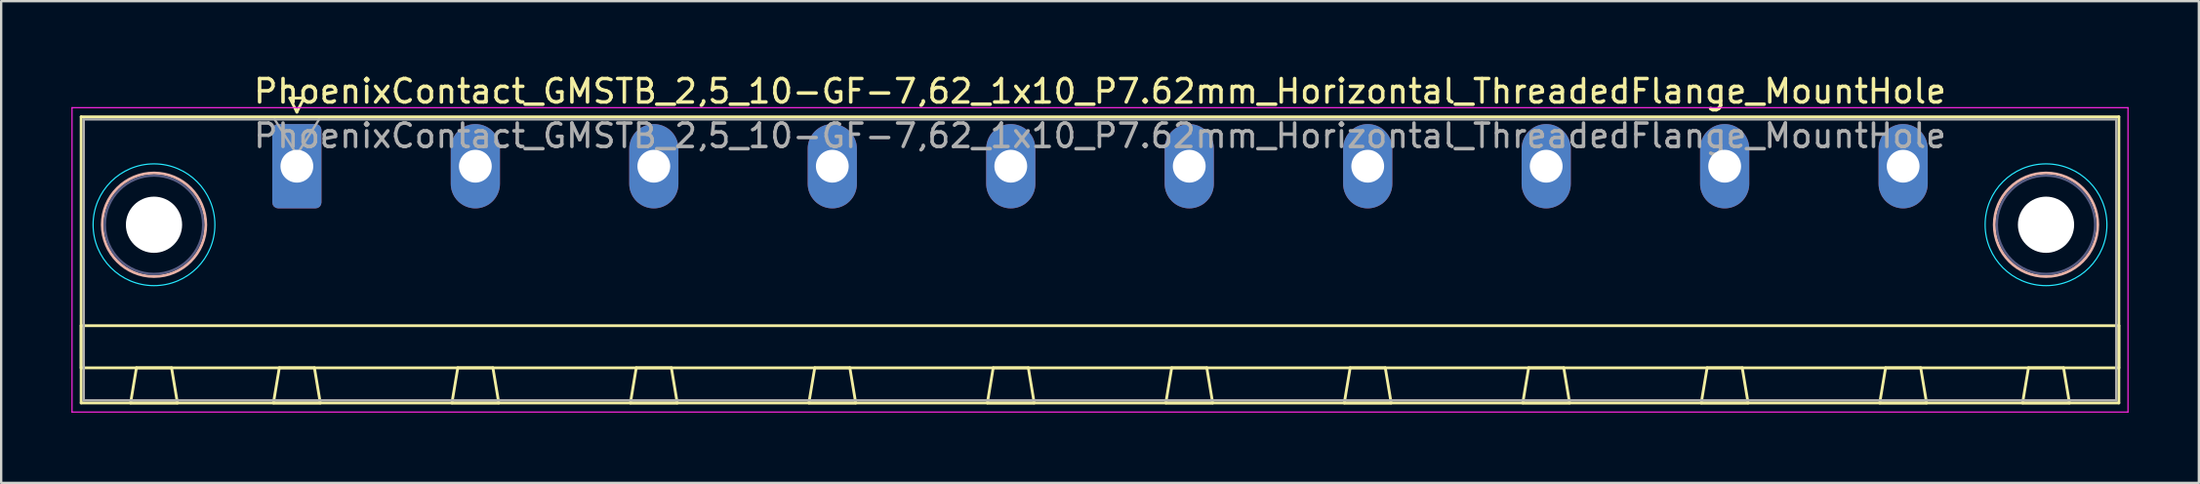
<source format=kicad_pcb>
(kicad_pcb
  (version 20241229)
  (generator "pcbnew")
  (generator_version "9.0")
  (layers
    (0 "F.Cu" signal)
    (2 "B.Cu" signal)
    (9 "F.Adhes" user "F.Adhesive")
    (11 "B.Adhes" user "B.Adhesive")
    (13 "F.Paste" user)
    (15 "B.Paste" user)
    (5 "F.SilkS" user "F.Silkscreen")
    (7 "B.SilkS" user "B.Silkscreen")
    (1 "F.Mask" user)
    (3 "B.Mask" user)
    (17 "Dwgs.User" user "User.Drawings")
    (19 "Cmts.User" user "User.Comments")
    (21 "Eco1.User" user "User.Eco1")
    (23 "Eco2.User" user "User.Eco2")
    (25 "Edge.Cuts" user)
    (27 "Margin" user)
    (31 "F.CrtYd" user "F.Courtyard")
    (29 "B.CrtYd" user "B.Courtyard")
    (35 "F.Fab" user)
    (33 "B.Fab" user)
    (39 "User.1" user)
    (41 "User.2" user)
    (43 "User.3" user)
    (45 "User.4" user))
  (footprint "PhoenixContact_GMSTB_2,5_10-GF-7,62_1x10_P7.62mm_Horizontal_ThreadedFlange_MountHole"
    (layer "F.Cu")
    (at 9.625 4.048)
    (property "Reference" "PhoenixContact_GMSTB_2,5_10-GF-7,62_1x10_P7.62mm_Horizontal_ThreadedFlange_MountHole" (at 34.29 -3.2 0) (layer "F.SilkS") (effects (font (size 1 1) (thickness 0.15))))
    (attr through_hole)
    (fp_line (start -9.21 -2.11) (end -9.21 10.11) (stroke (width 0.12) (type solid)) (layer "F.SilkS"))
    (fp_line (start -9.21 6.81) (end 77.79 6.81) (stroke (width 0.12) (type solid)) (layer "F.SilkS"))
    (fp_line (start -9.21 8.61) (end -9.21 6.81) (stroke (width 0.12) (type solid)) (layer "F.SilkS"))
    (fp_line (start -9.21 10.11) (end 77.79 10.11) (stroke (width 0.12) (type solid)) (layer "F.SilkS"))
    (fp_line (start -7.1 10.11) (end -5.1 10.11) (stroke (width 0.12) (type solid)) (layer "F.SilkS"))
    (fp_line (start -6.85 8.61) (end -7.1 10.11) (stroke (width 0.12) (type solid)) (layer "F.SilkS"))
    (fp_line (start -5.35 8.61) (end -6.85 8.61) (stroke (width 0.12) (type solid)) (layer "F.SilkS"))
    (fp_line (start -5.1 10.11) (end -5.35 8.61) (stroke (width 0.12) (type solid)) (layer "F.SilkS"))
    (fp_line (start -1 10.11) (end 1 10.11) (stroke (width 0.12) (type solid)) (layer "F.SilkS"))
    (fp_line (start -0.75 8.61) (end -1 10.11) (stroke (width 0.12) (type solid)) (layer "F.SilkS"))
    (fp_line (start -0.3 -2.91) (end 0.3 -2.91) (stroke (width 0.12) (type solid)) (layer "F.SilkS"))
    (fp_line (start 0 -2.31) (end -0.3 -2.91) (stroke (width 0.12) (type solid)) (layer "F.SilkS"))
    (fp_line (start 0.3 -2.91) (end 0 -2.31) (stroke (width 0.12) (type solid)) (layer "F.SilkS"))
    (fp_line (start 0.75 8.61) (end -0.75 8.61) (stroke (width 0.12) (type solid)) (layer "F.SilkS"))
    (fp_line (start 1 10.11) (end 0.75 8.61) (stroke (width 0.12) (type solid)) (layer "F.SilkS"))
    (fp_line (start 6.62 10.11) (end 8.62 10.11) (stroke (width 0.12) (type solid)) (layer "F.SilkS"))
    (fp_line (start 6.87 8.61) (end 6.62 10.11) (stroke (width 0.12) (type solid)) (layer "F.SilkS"))
    (fp_line (start 8.37 8.61) (end 6.87 8.61) (stroke (width 0.12) (type solid)) (layer "F.SilkS"))
    (fp_line (start 8.62 10.11) (end 8.37 8.61) (stroke (width 0.12) (type solid)) (layer "F.SilkS"))
    (fp_line (start 14.24 10.11) (end 16.24 10.11) (stroke (width 0.12) (type solid)) (layer "F.SilkS"))
    (fp_line (start 14.49 8.61) (end 14.24 10.11) (stroke (width 0.12) (type solid)) (layer "F.SilkS"))
    (fp_line (start 15.99 8.61) (end 14.49 8.61) (stroke (width 0.12) (type solid)) (layer "F.SilkS"))
    (fp_line (start 16.24 10.11) (end 15.99 8.61) (stroke (width 0.12) (type solid)) (layer "F.SilkS"))
    (fp_line (start 21.86 10.11) (end 23.86 10.11) (stroke (width 0.12) (type solid)) (layer "F.SilkS"))
    (fp_line (start 22.11 8.61) (end 21.86 10.11) (stroke (width 0.12) (type solid)) (layer "F.SilkS"))
    (fp_line (start 23.61 8.61) (end 22.11 8.61) (stroke (width 0.12) (type solid)) (layer "F.SilkS"))
    (fp_line (start 23.86 10.11) (end 23.61 8.61) (stroke (width 0.12) (type solid)) (layer "F.SilkS"))
    (fp_line (start 29.48 10.11) (end 31.48 10.11) (stroke (width 0.12) (type solid)) (layer "F.SilkS"))
    (fp_line (start 29.73 8.61) (end 29.48 10.11) (stroke (width 0.12) (type solid)) (layer "F.SilkS"))
    (fp_line (start 31.23 8.61) (end 29.73 8.61) (stroke (width 0.12) (type solid)) (layer "F.SilkS"))
    (fp_line (start 31.48 10.11) (end 31.23 8.61) (stroke (width 0.12) (type solid)) (layer "F.SilkS"))
    (fp_line (start 37.1 10.11) (end 39.1 10.11) (stroke (width 0.12) (type solid)) (layer "F.SilkS"))
    (fp_line (start 37.35 8.61) (end 37.1 10.11) (stroke (width 0.12) (type solid)) (layer "F.SilkS"))
    (fp_line (start 38.85 8.61) (end 37.35 8.61) (stroke (width 0.12) (type solid)) (layer "F.SilkS"))
    (fp_line (start 39.1 10.11) (end 38.85 8.61) (stroke (width 0.12) (type solid)) (layer "F.SilkS"))
    (fp_line (start 44.72 10.11) (end 46.72 10.11) (stroke (width 0.12) (type solid)) (layer "F.SilkS"))
    (fp_line (start 44.97 8.61) (end 44.72 10.11) (stroke (width 0.12) (type solid)) (layer "F.SilkS"))
    (fp_line (start 46.47 8.61) (end 44.97 8.61) (stroke (width 0.12) (type solid)) (layer "F.SilkS"))
    (fp_line (start 46.72 10.11) (end 46.47 8.61) (stroke (width 0.12) (type solid)) (layer "F.SilkS"))
    (fp_line (start 52.34 10.11) (end 54.34 10.11) (stroke (width 0.12) (type solid)) (layer "F.SilkS"))
    (fp_line (start 52.59 8.61) (end 52.34 10.11) (stroke (width 0.12) (type solid)) (layer "F.SilkS"))
    (fp_line (start 54.09 8.61) (end 52.59 8.61) (stroke (width 0.12) (type solid)) (layer "F.SilkS"))
    (fp_line (start 54.34 10.11) (end 54.09 8.61) (stroke (width 0.12) (type solid)) (layer "F.SilkS"))
    (fp_line (start 59.96 10.11) (end 61.96 10.11) (stroke (width 0.12) (type solid)) (layer "F.SilkS"))
    (fp_line (start 60.21 8.61) (end 59.96 10.11) (stroke (width 0.12) (type solid)) (layer "F.SilkS"))
    (fp_line (start 61.71 8.61) (end 60.21 8.61) (stroke (width 0.12) (type solid)) (layer "F.SilkS"))
    (fp_line (start 61.96 10.11) (end 61.71 8.61) (stroke (width 0.12) (type solid)) (layer "F.SilkS"))
    (fp_line (start 67.58 10.11) (end 69.58 10.11) (stroke (width 0.12) (type solid)) (layer "F.SilkS"))
    (fp_line (start 67.83 8.61) (end 67.58 10.11) (stroke (width 0.12) (type solid)) (layer "F.SilkS"))
    (fp_line (start 69.33 8.61) (end 67.83 8.61) (stroke (width 0.12) (type solid)) (layer "F.SilkS"))
    (fp_line (start 69.58 10.11) (end 69.33 8.61) (stroke (width 0.12) (type solid)) (layer "F.SilkS"))
    (fp_line (start 73.68 10.11) (end 75.68 10.11) (stroke (width 0.12) (type solid)) (layer "F.SilkS"))
    (fp_line (start 73.93 8.61) (end 73.68 10.11) (stroke (width 0.12) (type solid)) (layer "F.SilkS"))
    (fp_line (start 75.43 8.61) (end 73.93 8.61) (stroke (width 0.12) (type solid)) (layer "F.SilkS"))
    (fp_line (start 75.68 10.11) (end 75.43 8.61) (stroke (width 0.12) (type solid)) (layer "F.SilkS"))
    (fp_line (start 77.79 -2.11) (end -9.21 -2.11) (stroke (width 0.12) (type solid)) (layer "F.SilkS"))
    (fp_line (start 77.79 6.81) (end 77.79 8.61) (stroke (width 0.12) (type solid)) (layer "F.SilkS"))
    (fp_line (start 77.79 8.61) (end -9.21 8.61) (stroke (width 0.12) (type solid)) (layer "F.SilkS"))
    (fp_line (start 77.79 10.11) (end 77.79 -2.11) (stroke (width 0.12) (type solid)) (layer "F.SilkS"))
    (fp_circle (center -6.1 2.5) (end -3.89 2.5) (stroke (width 0.12) (type solid)) (fill no) (layer "B.SilkS"))
    (fp_circle (center 74.68 2.5) (end 76.89 2.5) (stroke (width 0.12) (type solid)) (fill no) (layer "B.SilkS"))
    (fp_circle (center -6.1 2.5) (end -3.5 2.5) (stroke (width 0.05) (type solid)) (fill no) (layer "B.CrtYd"))
    (fp_circle (center 74.68 2.5) (end 77.28 2.5) (stroke (width 0.05) (type solid)) (fill no) (layer "B.CrtYd"))
    (fp_line (start -9.6 -2.5) (end -9.6 10.5) (stroke (width 0.05) (type solid)) (layer "F.CrtYd"))
    (fp_line (start -9.6 10.5) (end 78.18 10.5) (stroke (width 0.05) (type solid)) (layer "F.CrtYd"))
    (fp_line (start 78.18 -2.5) (end -9.6 -2.5) (stroke (width 0.05) (type solid)) (layer "F.CrtYd"))
    (fp_line (start 78.18 10.5) (end 78.18 -2.5) (stroke (width 0.05) (type solid)) (layer "F.CrtYd"))
    (fp_circle (center -6.1 2.5) (end -4 2.5) (stroke (width 0.1) (type solid)) (fill no) (layer "B.Fab"))
    (fp_circle (center 74.68 2.5) (end 76.78 2.5) (stroke (width 0.1) (type solid)) (fill no) (layer "B.Fab"))
    (fp_line (start -9.1 -2) (end -9.1 10) (stroke (width 0.1) (type solid)) (layer "F.Fab"))
    (fp_line (start -9.1 10) (end 77.68 10) (stroke (width 0.1) (type solid)) (layer "F.Fab"))
    (fp_line (start 0 -0.5) (end -0.95 -2) (stroke (width 0.1) (type solid)) (layer "F.Fab"))
    (fp_line (start 0.95 -2) (end 0 -0.5) (stroke (width 0.1) (type solid)) (layer "F.Fab"))
    (fp_line (start 77.68 -2) (end -9.1 -2) (stroke (width 0.1) (type solid)) (layer "F.Fab"))
    (fp_line (start 77.68 10) (end 77.68 -2) (stroke (width 0.1) (type solid)) (layer "F.Fab"))
    (fp_text user "${REFERENCE}" (at 34.29 -1.3 0) (layer "F.Fab") (effects (font (size 1 1) (thickness 0.15))))
    (pad "" np_thru_hole circle (at -6.1 2.5) (size 2.4 2.4) (drill 2.4) (layers "*.Cu" "*.Mask"))
    (pad "" np_thru_hole circle (at 74.68 2.5) (size 2.4 2.4) (drill 2.4) (layers "*.Cu" "*.Mask"))
    (pad "1" thru_hole roundrect (at 0 0) (size 2.1 3.6) (drill 1.4) (layers "*.Cu" "*.Mask") (roundrect_rratio 0.119))
    (pad "2" thru_hole oval (at 7.62 0) (size 2.1 3.6) (drill 1.4) (layers "*.Cu" "*.Mask"))
    (pad "3" thru_hole oval (at 15.24 0) (size 2.1 3.6) (drill 1.4) (layers "*.Cu" "*.Mask"))
    (pad "4" thru_hole oval (at 22.86 0) (size 2.1 3.6) (drill 1.4) (layers "*.Cu" "*.Mask"))
    (pad "5" thru_hole oval (at 30.48 0) (size 2.1 3.6) (drill 1.4) (layers "*.Cu" "*.Mask"))
    (pad "6" thru_hole oval (at 38.1 0) (size 2.1 3.6) (drill 1.4) (layers "*.Cu" "*.Mask"))
    (pad "7" thru_hole oval (at 45.72 0) (size 2.1 3.6) (drill 1.4) (layers "*.Cu" "*.Mask"))
    (pad "8" thru_hole oval (at 53.34 0) (size 2.1 3.6) (drill 1.4) (layers "*.Cu" "*.Mask"))
    (pad "9" thru_hole oval (at 60.96 0) (size 2.1 3.6) (drill 1.4) (layers "*.Cu" "*.Mask"))
    (pad "10" thru_hole oval (at 68.58 0) (size 2.1 3.6) (drill 1.4) (layers "*.Cu" "*.Mask")))
  (gr_rect
    (start -3 -3)
    (end 90.83 17.573)
    (stroke (width 0.1) (type default))
    (fill no)
    (layer "Edge.Cuts")))
</source>
